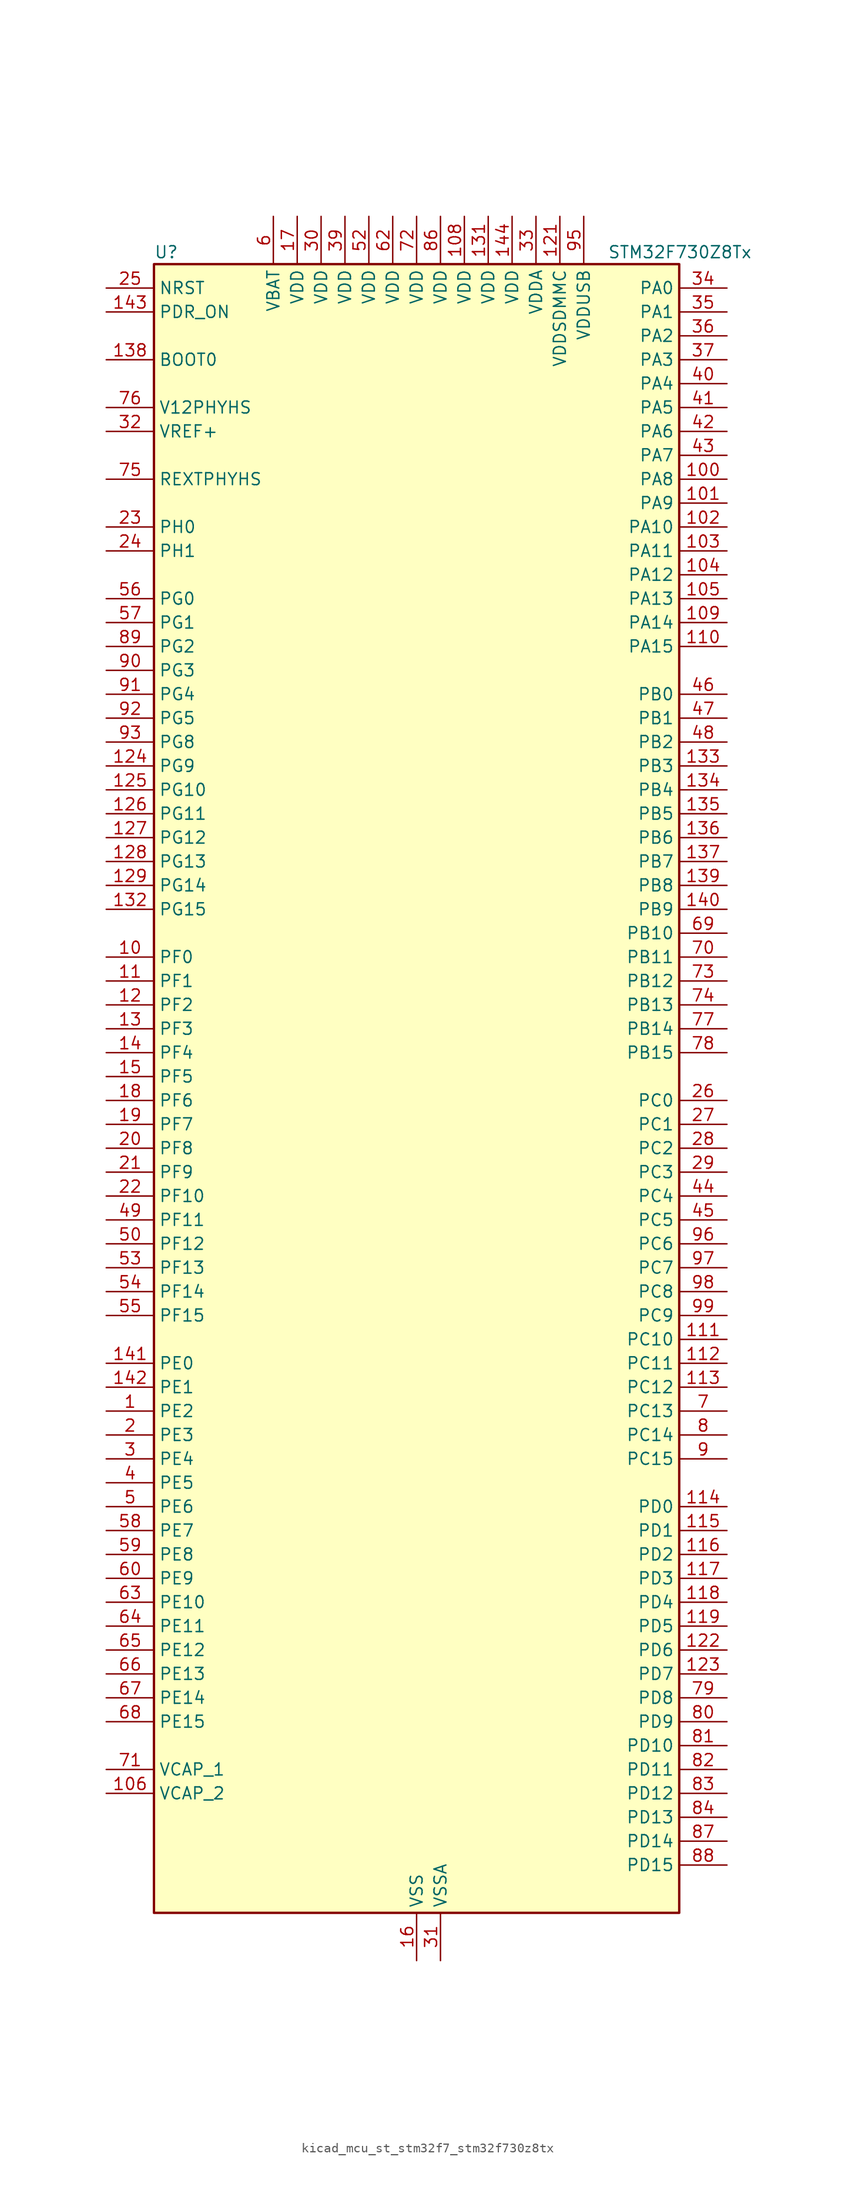
<source format=kicad_sym>
(kicad_symbol_lib
  (version 20220914)
  (generator kicad_symbol_editor)
  (symbol "kicad_mcu_st_stm32f7_stm32f730z8tx"
    (property "Reference" "U"
      (at -27.94 90.17 0)
      (effects (font (size 1.27 1.27)) (justify left)))
    (property "Value" "STM32F730Z8Tx"
      (at 20.32 90.17 0)
      (effects (font (size 1.27 1.27)) (justify left)))
    (property "ki_locked" ""
      (at 0 0 0)
      (effects (font (size 1.27 1.27))))
    (symbol "kicad_mcu_st_stm32f7_stm32f730z8tx_0_1"
      (rectangle (start -27.94 -86.36) (end 27.94 88.9) (stroke (width 0.254) (type default)) (fill (type background))))
    (symbol "kicad_mcu_st_stm32f7_stm32f730z8tx_1_1"
      (pin bidirectional line (at -33.02 -33.02 0) (length 5.08) (name "PE2" (effects (font (size 1.27 1.27)))) (number "1" (effects (font (size 1.27 1.27)))) (alternate "FMC_A23" bidirectional line) (alternate "QUADSPI_BK1_IO2" bidirectional line) (alternate "SAI1_MCLK_A" bidirectional line) (alternate "SPI4_SCK" bidirectional line) (alternate "SYS_TRACECLK" bidirectional line))
      (pin bidirectional line (at -33.02 15.24 0) (length 5.08) (name "PF0" (effects (font (size 1.27 1.27)))) (number "10" (effects (font (size 1.27 1.27)))) (alternate "FMC_A0" bidirectional line) (alternate "I2C2_SDA" bidirectional line))
      (pin bidirectional line (at 33.02 66.04 180) (length 5.08) (name "PA8" (effects (font (size 1.27 1.27)))) (number "100" (effects (font (size 1.27 1.27)))) (alternate "I2C3_SCL" bidirectional line) (alternate "RCC_MCO_1" bidirectional line) (alternate "TIM1_CH1" bidirectional line) (alternate "TIM8_BKIN2" bidirectional line) (alternate "USART1_CK" bidirectional line) (alternate "USB_OTG_FS_SOF" bidirectional line))
      (pin bidirectional line (at 33.02 63.5 180) (length 5.08) (name "PA9" (effects (font (size 1.27 1.27)))) (number "101" (effects (font (size 1.27 1.27)))) (alternate "DAC_EXTI9" bidirectional line) (alternate "I2C3_SMBA" bidirectional line) (alternate "I2S2_CK" bidirectional line) (alternate "SPI2_SCK" bidirectional line) (alternate "TIM1_CH2" bidirectional line) (alternate "USART1_TX" bidirectional line) (alternate "USB_OTG_FS_VBUS" bidirectional line))
      (pin bidirectional line (at 33.02 60.96 180) (length 5.08) (name "PA10" (effects (font (size 1.27 1.27)))) (number "102" (effects (font (size 1.27 1.27)))) (alternate "TIM1_CH3" bidirectional line) (alternate "USART1_RX" bidirectional line) (alternate "USB_OTG_FS_ID" bidirectional line))
      (pin bidirectional line (at 33.02 58.42 180) (length 5.08) (name "PA11" (effects (font (size 1.27 1.27)))) (number "103" (effects (font (size 1.27 1.27)))) (alternate "ADC1_EXTI11" bidirectional line) (alternate "ADC2_EXTI11" bidirectional line) (alternate "ADC3_EXTI11" bidirectional line) (alternate "CAN1_RX" bidirectional line) (alternate "TIM1_CH4" bidirectional line) (alternate "USART1_CTS" bidirectional line) (alternate "USB_OTG_FS_DM" bidirectional line))
      (pin bidirectional line (at 33.02 55.88 180) (length 5.08) (name "PA12" (effects (font (size 1.27 1.27)))) (number "104" (effects (font (size 1.27 1.27)))) (alternate "CAN1_TX" bidirectional line) (alternate "SAI2_FS_B" bidirectional line) (alternate "TIM1_ETR" bidirectional line) (alternate "USART1_DE" bidirectional line) (alternate "USART1_RTS" bidirectional line) (alternate "USB_OTG_FS_DP" bidirectional line))
      (pin bidirectional line (at 33.02 53.34 180) (length 5.08) (name "PA13" (effects (font (size 1.27 1.27)))) (number "105" (effects (font (size 1.27 1.27)))) (alternate "SYS_JTMS-SWDIO" bidirectional line))
      (pin power_out line (at -33.02 -73.66 0) (length 5.08) (name "VCAP_2" (effects (font (size 1.27 1.27)))) (number "106" (effects (font (size 1.27 1.27)))))
      (pin passive line (at 0 -91.44 90) (length 5.08) hide (name "VSS" (effects (font (size 1.27 1.27)))) (number "107" (effects (font (size 1.27 1.27)))))
      (pin power_in line (at 5.08 93.98 270) (length 5.08) (name "VDD" (effects (font (size 1.27 1.27)))) (number "108" (effects (font (size 1.27 1.27)))))
      (pin bidirectional line (at 33.02 50.8 180) (length 5.08) (name "PA14" (effects (font (size 1.27 1.27)))) (number "109" (effects (font (size 1.27 1.27)))) (alternate "SYS_JTCK-SWCLK" bidirectional line))
      (pin bidirectional line (at -33.02 12.7 0) (length 5.08) (name "PF1" (effects (font (size 1.27 1.27)))) (number "11" (effects (font (size 1.27 1.27)))) (alternate "FMC_A1" bidirectional line) (alternate "I2C2_SCL" bidirectional line))
      (pin bidirectional line (at 33.02 48.26 180) (length 5.08) (name "PA15" (effects (font (size 1.27 1.27)))) (number "110" (effects (font (size 1.27 1.27)))) (alternate "I2S1_WS" bidirectional line) (alternate "I2S3_WS" bidirectional line) (alternate "SPI1_NSS" bidirectional line) (alternate "SPI3_NSS" bidirectional line) (alternate "SYS_JTDI" bidirectional line) (alternate "TIM2_CH1" bidirectional line) (alternate "TIM2_ETR" bidirectional line) (alternate "UART4_DE" bidirectional line) (alternate "UART4_RTS" bidirectional line))
      (pin bidirectional line (at 33.02 -25.4 180) (length 5.08) (name "PC10" (effects (font (size 1.27 1.27)))) (number "111" (effects (font (size 1.27 1.27)))) (alternate "I2S3_CK" bidirectional line) (alternate "QUADSPI_BK1_IO1" bidirectional line) (alternate "SDMMC1_D2" bidirectional line) (alternate "SPI3_SCK" bidirectional line) (alternate "UART4_TX" bidirectional line) (alternate "USART3_TX" bidirectional line))
      (pin bidirectional line (at 33.02 -27.94 180) (length 5.08) (name "PC11" (effects (font (size 1.27 1.27)))) (number "112" (effects (font (size 1.27 1.27)))) (alternate "ADC1_EXTI11" bidirectional line) (alternate "ADC2_EXTI11" bidirectional line) (alternate "ADC3_EXTI11" bidirectional line) (alternate "QUADSPI_BK2_NCS" bidirectional line) (alternate "SDMMC1_D3" bidirectional line) (alternate "SPI3_MISO" bidirectional line) (alternate "UART4_RX" bidirectional line) (alternate "USART3_RX" bidirectional line))
      (pin bidirectional line (at 33.02 -30.48 180) (length 5.08) (name "PC12" (effects (font (size 1.27 1.27)))) (number "113" (effects (font (size 1.27 1.27)))) (alternate "I2S3_SD" bidirectional line) (alternate "SDMMC1_CK" bidirectional line) (alternate "SPI3_MOSI" bidirectional line) (alternate "SYS_TRACED3" bidirectional line) (alternate "UART5_TX" bidirectional line) (alternate "USART3_CK" bidirectional line))
      (pin bidirectional line (at 33.02 -43.18 180) (length 5.08) (name "PD0" (effects (font (size 1.27 1.27)))) (number "114" (effects (font (size 1.27 1.27)))) (alternate "CAN1_RX" bidirectional line) (alternate "FMC_D2" bidirectional line) (alternate "FMC_DA2" bidirectional line))
      (pin bidirectional line (at 33.02 -45.72 180) (length 5.08) (name "PD1" (effects (font (size 1.27 1.27)))) (number "115" (effects (font (size 1.27 1.27)))) (alternate "CAN1_TX" bidirectional line) (alternate "FMC_D3" bidirectional line) (alternate "FMC_DA3" bidirectional line))
      (pin bidirectional line (at 33.02 -48.26 180) (length 5.08) (name "PD2" (effects (font (size 1.27 1.27)))) (number "116" (effects (font (size 1.27 1.27)))) (alternate "SDMMC1_CMD" bidirectional line) (alternate "SYS_TRACED2" bidirectional line) (alternate "TIM3_ETR" bidirectional line) (alternate "UART5_RX" bidirectional line))
      (pin bidirectional line (at 33.02 -50.8 180) (length 5.08) (name "PD3" (effects (font (size 1.27 1.27)))) (number "117" (effects (font (size 1.27 1.27)))) (alternate "FMC_CLK" bidirectional line) (alternate "I2S2_CK" bidirectional line) (alternate "SPI2_SCK" bidirectional line) (alternate "USART2_CTS" bidirectional line))
      (pin bidirectional line (at 33.02 -53.34 180) (length 5.08) (name "PD4" (effects (font (size 1.27 1.27)))) (number "118" (effects (font (size 1.27 1.27)))) (alternate "FMC_NOE" bidirectional line) (alternate "USART2_DE" bidirectional line) (alternate "USART2_RTS" bidirectional line))
      (pin bidirectional line (at 33.02 -55.88 180) (length 5.08) (name "PD5" (effects (font (size 1.27 1.27)))) (number "119" (effects (font (size 1.27 1.27)))) (alternate "FMC_NWE" bidirectional line) (alternate "USART2_TX" bidirectional line))
      (pin bidirectional line (at -33.02 10.16 0) (length 5.08) (name "PF2" (effects (font (size 1.27 1.27)))) (number "12" (effects (font (size 1.27 1.27)))) (alternate "FMC_A2" bidirectional line) (alternate "I2C2_SMBA" bidirectional line))
      (pin passive line (at 0 -91.44 90) (length 5.08) hide (name "VSS" (effects (font (size 1.27 1.27)))) (number "120" (effects (font (size 1.27 1.27)))))
      (pin power_in line (at 15.24 93.98 270) (length 5.08) (name "VDDSDMMC" (effects (font (size 1.27 1.27)))) (number "121" (effects (font (size 1.27 1.27)))))
      (pin bidirectional line (at 33.02 -58.42 180) (length 5.08) (name "PD6" (effects (font (size 1.27 1.27)))) (number "122" (effects (font (size 1.27 1.27)))) (alternate "FMC_NWAIT" bidirectional line) (alternate "I2S3_SD" bidirectional line) (alternate "SAI1_SD_A" bidirectional line) (alternate "SDMMC2_CK" bidirectional line) (alternate "SPI3_MOSI" bidirectional line) (alternate "USART2_RX" bidirectional line))
      (pin bidirectional line (at 33.02 -60.96 180) (length 5.08) (name "PD7" (effects (font (size 1.27 1.27)))) (number "123" (effects (font (size 1.27 1.27)))) (alternate "FMC_NE1" bidirectional line) (alternate "SDMMC2_CMD" bidirectional line) (alternate "USART2_CK" bidirectional line))
      (pin bidirectional line (at -33.02 35.56 0) (length 5.08) (name "PG9" (effects (font (size 1.27 1.27)))) (number "124" (effects (font (size 1.27 1.27)))) (alternate "DAC_EXTI9" bidirectional line) (alternate "FMC_NCE" bidirectional line) (alternate "FMC_NE2" bidirectional line) (alternate "QUADSPI_BK2_IO2" bidirectional line) (alternate "SAI2_FS_B" bidirectional line) (alternate "SDMMC2_D0" bidirectional line) (alternate "USART6_RX" bidirectional line))
      (pin bidirectional line (at -33.02 33.02 0) (length 5.08) (name "PG10" (effects (font (size 1.27 1.27)))) (number "125" (effects (font (size 1.27 1.27)))) (alternate "FMC_NE3" bidirectional line) (alternate "SAI2_SD_B" bidirectional line) (alternate "SDMMC2_D1" bidirectional line))
      (pin bidirectional line (at -33.02 30.48 0) (length 5.08) (name "PG11" (effects (font (size 1.27 1.27)))) (number "126" (effects (font (size 1.27 1.27)))) (alternate "ADC1_EXTI11" bidirectional line) (alternate "ADC2_EXTI11" bidirectional line) (alternate "ADC3_EXTI11" bidirectional line) (alternate "FMC_INT" bidirectional line) (alternate "SDMMC2_D2" bidirectional line))
      (pin bidirectional line (at -33.02 27.94 0) (length 5.08) (name "PG12" (effects (font (size 1.27 1.27)))) (number "127" (effects (font (size 1.27 1.27)))) (alternate "FMC_NE4" bidirectional line) (alternate "LPTIM1_IN1" bidirectional line) (alternate "SDMMC2_D3" bidirectional line) (alternate "USART6_DE" bidirectional line) (alternate "USART6_RTS" bidirectional line))
      (pin bidirectional line (at -33.02 25.4 0) (length 5.08) (name "PG13" (effects (font (size 1.27 1.27)))) (number "128" (effects (font (size 1.27 1.27)))) (alternate "FMC_A24" bidirectional line) (alternate "LPTIM1_OUT" bidirectional line) (alternate "SYS_TRACED0" bidirectional line) (alternate "USART6_CTS" bidirectional line))
      (pin bidirectional line (at -33.02 22.86 0) (length 5.08) (name "PG14" (effects (font (size 1.27 1.27)))) (number "129" (effects (font (size 1.27 1.27)))) (alternate "FMC_A25" bidirectional line) (alternate "LPTIM1_ETR" bidirectional line) (alternate "QUADSPI_BK2_IO3" bidirectional line) (alternate "SYS_TRACED1" bidirectional line) (alternate "USART6_TX" bidirectional line))
      (pin bidirectional line (at -33.02 7.62 0) (length 5.08) (name "PF3" (effects (font (size 1.27 1.27)))) (number "13" (effects (font (size 1.27 1.27)))) (alternate "ADC3_IN9" bidirectional line) (alternate "FMC_A3" bidirectional line))
      (pin passive line (at 0 -91.44 90) (length 5.08) hide (name "VSS" (effects (font (size 1.27 1.27)))) (number "130" (effects (font (size 1.27 1.27)))))
      (pin power_in line (at 7.62 93.98 270) (length 5.08) (name "VDD" (effects (font (size 1.27 1.27)))) (number "131" (effects (font (size 1.27 1.27)))))
      (pin bidirectional line (at -33.02 20.32 0) (length 5.08) (name "PG15" (effects (font (size 1.27 1.27)))) (number "132" (effects (font (size 1.27 1.27)))) (alternate "FMC_SDNCAS" bidirectional line) (alternate "USART6_CTS" bidirectional line))
      (pin bidirectional line (at 33.02 35.56 180) (length 5.08) (name "PB3" (effects (font (size 1.27 1.27)))) (number "133" (effects (font (size 1.27 1.27)))) (alternate "I2S1_CK" bidirectional line) (alternate "I2S3_CK" bidirectional line) (alternate "SDMMC2_D2" bidirectional line) (alternate "SPI1_SCK" bidirectional line) (alternate "SPI3_SCK" bidirectional line) (alternate "SYS_JTDO-SWO" bidirectional line) (alternate "TIM2_CH2" bidirectional line))
      (pin bidirectional line (at 33.02 33.02 180) (length 5.08) (name "PB4" (effects (font (size 1.27 1.27)))) (number "134" (effects (font (size 1.27 1.27)))) (alternate "I2S2_WS" bidirectional line) (alternate "SDMMC2_D3" bidirectional line) (alternate "SPI1_MISO" bidirectional line) (alternate "SPI2_NSS" bidirectional line) (alternate "SPI3_MISO" bidirectional line) (alternate "SYS_JTRST" bidirectional line) (alternate "TIM3_CH1" bidirectional line))
      (pin bidirectional line (at 33.02 30.48 180) (length 5.08) (name "PB5" (effects (font (size 1.27 1.27)))) (number "135" (effects (font (size 1.27 1.27)))) (alternate "FMC_SDCKE1" bidirectional line) (alternate "I2C1_SMBA" bidirectional line) (alternate "I2S1_SD" bidirectional line) (alternate "I2S3_SD" bidirectional line) (alternate "SPI1_MOSI" bidirectional line) (alternate "SPI3_MOSI" bidirectional line) (alternate "TIM3_CH2" bidirectional line))
      (pin bidirectional line (at 33.02 27.94 180) (length 5.08) (name "PB6" (effects (font (size 1.27 1.27)))) (number "136" (effects (font (size 1.27 1.27)))) (alternate "FMC_SDNE1" bidirectional line) (alternate "I2C1_SCL" bidirectional line) (alternate "QUADSPI_BK1_NCS" bidirectional line) (alternate "TIM4_CH1" bidirectional line) (alternate "USART1_TX" bidirectional line))
      (pin bidirectional line (at 33.02 25.4 180) (length 5.08) (name "PB7" (effects (font (size 1.27 1.27)))) (number "137" (effects (font (size 1.27 1.27)))) (alternate "FMC_NL" bidirectional line) (alternate "I2C1_SDA" bidirectional line) (alternate "TIM4_CH2" bidirectional line) (alternate "USART1_RX" bidirectional line))
      (pin input line (at -33.02 78.74 0) (length 5.08) (name "BOOT0" (effects (font (size 1.27 1.27)))) (number "138" (effects (font (size 1.27 1.27)))))
      (pin bidirectional line (at 33.02 22.86 180) (length 5.08) (name "PB8" (effects (font (size 1.27 1.27)))) (number "139" (effects (font (size 1.27 1.27)))) (alternate "CAN1_RX" bidirectional line) (alternate "I2C1_SCL" bidirectional line) (alternate "SDMMC1_D4" bidirectional line) (alternate "SDMMC2_D4" bidirectional line) (alternate "TIM10_CH1" bidirectional line) (alternate "TIM4_CH3" bidirectional line))
      (pin bidirectional line (at -33.02 5.08 0) (length 5.08) (name "PF4" (effects (font (size 1.27 1.27)))) (number "14" (effects (font (size 1.27 1.27)))) (alternate "ADC3_IN14" bidirectional line) (alternate "FMC_A4" bidirectional line))
      (pin bidirectional line (at 33.02 20.32 180) (length 5.08) (name "PB9" (effects (font (size 1.27 1.27)))) (number "140" (effects (font (size 1.27 1.27)))) (alternate "CAN1_TX" bidirectional line) (alternate "DAC_EXTI9" bidirectional line) (alternate "I2C1_SDA" bidirectional line) (alternate "I2S2_WS" bidirectional line) (alternate "SDMMC1_D5" bidirectional line) (alternate "SDMMC2_D5" bidirectional line) (alternate "SPI2_NSS" bidirectional line) (alternate "TIM11_CH1" bidirectional line) (alternate "TIM4_CH4" bidirectional line))
      (pin bidirectional line (at -33.02 -27.94 0) (length 5.08) (name "PE0" (effects (font (size 1.27 1.27)))) (number "141" (effects (font (size 1.27 1.27)))) (alternate "FMC_NBL0" bidirectional line) (alternate "LPTIM1_ETR" bidirectional line) (alternate "SAI2_MCLK_A" bidirectional line) (alternate "TIM4_ETR" bidirectional line) (alternate "UART8_RX" bidirectional line))
      (pin bidirectional line (at -33.02 -30.48 0) (length 5.08) (name "PE1" (effects (font (size 1.27 1.27)))) (number "142" (effects (font (size 1.27 1.27)))) (alternate "FMC_NBL1" bidirectional line) (alternate "LPTIM1_IN2" bidirectional line) (alternate "UART8_TX" bidirectional line))
      (pin input line (at -33.02 83.82 0) (length 5.08) (name "PDR_ON" (effects (font (size 1.27 1.27)))) (number "143" (effects (font (size 1.27 1.27)))))
      (pin power_in line (at 10.16 93.98 270) (length 5.08) (name "VDD" (effects (font (size 1.27 1.27)))) (number "144" (effects (font (size 1.27 1.27)))))
      (pin bidirectional line (at -33.02 2.54 0) (length 5.08) (name "PF5" (effects (font (size 1.27 1.27)))) (number "15" (effects (font (size 1.27 1.27)))) (alternate "ADC3_IN15" bidirectional line) (alternate "FMC_A5" bidirectional line))
      (pin power_in line (at 0 -91.44 90) (length 5.08) (name "VSS" (effects (font (size 1.27 1.27)))) (number "16" (effects (font (size 1.27 1.27)))))
      (pin power_in line (at -12.7 93.98 270) (length 5.08) (name "VDD" (effects (font (size 1.27 1.27)))) (number "17" (effects (font (size 1.27 1.27)))))
      (pin bidirectional line (at -33.02 0 0) (length 5.08) (name "PF6" (effects (font (size 1.27 1.27)))) (number "18" (effects (font (size 1.27 1.27)))) (alternate "ADC3_IN4" bidirectional line) (alternate "QUADSPI_BK1_IO3" bidirectional line) (alternate "SAI1_SD_B" bidirectional line) (alternate "SPI5_NSS" bidirectional line) (alternate "TIM10_CH1" bidirectional line) (alternate "UART7_RX" bidirectional line))
      (pin bidirectional line (at -33.02 -2.54 0) (length 5.08) (name "PF7" (effects (font (size 1.27 1.27)))) (number "19" (effects (font (size 1.27 1.27)))) (alternate "ADC3_IN5" bidirectional line) (alternate "QUADSPI_BK1_IO2" bidirectional line) (alternate "SAI1_MCLK_B" bidirectional line) (alternate "SPI5_SCK" bidirectional line) (alternate "TIM11_CH1" bidirectional line) (alternate "UART7_TX" bidirectional line))
      (pin bidirectional line (at -33.02 -35.56 0) (length 5.08) (name "PE3" (effects (font (size 1.27 1.27)))) (number "2" (effects (font (size 1.27 1.27)))) (alternate "FMC_A19" bidirectional line) (alternate "SAI1_SD_B" bidirectional line) (alternate "SYS_TRACED0" bidirectional line))
      (pin bidirectional line (at -33.02 -5.08 0) (length 5.08) (name "PF8" (effects (font (size 1.27 1.27)))) (number "20" (effects (font (size 1.27 1.27)))) (alternate "ADC3_IN6" bidirectional line) (alternate "QUADSPI_BK1_IO0" bidirectional line) (alternate "SAI1_SCK_B" bidirectional line) (alternate "SPI5_MISO" bidirectional line) (alternate "TIM13_CH1" bidirectional line) (alternate "UART7_DE" bidirectional line) (alternate "UART7_RTS" bidirectional line))
      (pin bidirectional line (at -33.02 -7.62 0) (length 5.08) (name "PF9" (effects (font (size 1.27 1.27)))) (number "21" (effects (font (size 1.27 1.27)))) (alternate "ADC3_IN7" bidirectional line) (alternate "DAC_EXTI9" bidirectional line) (alternate "QUADSPI_BK1_IO1" bidirectional line) (alternate "SAI1_FS_B" bidirectional line) (alternate "SPI5_MOSI" bidirectional line) (alternate "TIM14_CH1" bidirectional line) (alternate "UART7_CTS" bidirectional line))
      (pin bidirectional line (at -33.02 -10.16 0) (length 5.08) (name "PF10" (effects (font (size 1.27 1.27)))) (number "22" (effects (font (size 1.27 1.27)))) (alternate "ADC3_IN8" bidirectional line))
      (pin bidirectional line (at -33.02 60.96 0) (length 5.08) (name "PH0" (effects (font (size 1.27 1.27)))) (number "23" (effects (font (size 1.27 1.27)))) (alternate "RCC_OSC_IN" bidirectional line))
      (pin bidirectional line (at -33.02 58.42 0) (length 5.08) (name "PH1" (effects (font (size 1.27 1.27)))) (number "24" (effects (font (size 1.27 1.27)))) (alternate "RCC_OSC_OUT" bidirectional line))
      (pin input line (at -33.02 86.36 0) (length 5.08) (name "NRST" (effects (font (size 1.27 1.27)))) (number "25" (effects (font (size 1.27 1.27)))))
      (pin bidirectional line (at 33.02 0 180) (length 5.08) (name "PC0" (effects (font (size 1.27 1.27)))) (number "26" (effects (font (size 1.27 1.27)))) (alternate "ADC1_IN10" bidirectional line) (alternate "ADC2_IN10" bidirectional line) (alternate "ADC3_IN10" bidirectional line) (alternate "FMC_SDNWE" bidirectional line) (alternate "SAI2_FS_B" bidirectional line))
      (pin bidirectional line (at 33.02 -2.54 180) (length 5.08) (name "PC1" (effects (font (size 1.27 1.27)))) (number "27" (effects (font (size 1.27 1.27)))) (alternate "ADC1_IN11" bidirectional line) (alternate "ADC2_IN11" bidirectional line) (alternate "ADC3_IN11" bidirectional line) (alternate "I2S2_SD" bidirectional line) (alternate "RTC_TAMP3" bidirectional line) (alternate "RTC_TS" bidirectional line) (alternate "SAI1_SD_A" bidirectional line) (alternate "SPI2_MOSI" bidirectional line) (alternate "SYS_TRACED0" bidirectional line) (alternate "SYS_WKUP3" bidirectional line))
      (pin bidirectional line (at 33.02 -5.08 180) (length 5.08) (name "PC2" (effects (font (size 1.27 1.27)))) (number "28" (effects (font (size 1.27 1.27)))) (alternate "ADC1_IN12" bidirectional line) (alternate "ADC2_IN12" bidirectional line) (alternate "ADC3_IN12" bidirectional line) (alternate "FMC_SDNE0" bidirectional line) (alternate "SPI2_MISO" bidirectional line))
      (pin bidirectional line (at 33.02 -7.62 180) (length 5.08) (name "PC3" (effects (font (size 1.27 1.27)))) (number "29" (effects (font (size 1.27 1.27)))) (alternate "ADC1_IN13" bidirectional line) (alternate "ADC2_IN13" bidirectional line) (alternate "ADC3_IN13" bidirectional line) (alternate "FMC_SDCKE0" bidirectional line) (alternate "I2S2_SD" bidirectional line) (alternate "SPI2_MOSI" bidirectional line))
      (pin bidirectional line (at -33.02 -38.1 0) (length 5.08) (name "PE4" (effects (font (size 1.27 1.27)))) (number "3" (effects (font (size 1.27 1.27)))) (alternate "FMC_A20" bidirectional line) (alternate "SAI1_FS_A" bidirectional line) (alternate "SPI4_NSS" bidirectional line) (alternate "SYS_TRACED1" bidirectional line))
      (pin power_in line (at -10.16 93.98 270) (length 5.08) (name "VDD" (effects (font (size 1.27 1.27)))) (number "30" (effects (font (size 1.27 1.27)))))
      (pin power_in line (at 2.54 -91.44 90) (length 5.08) (name "VSSA" (effects (font (size 1.27 1.27)))) (number "31" (effects (font (size 1.27 1.27)))))
      (pin input line (at -33.02 71.12 0) (length 5.08) (name "VREF+" (effects (font (size 1.27 1.27)))) (number "32" (effects (font (size 1.27 1.27)))))
      (pin power_in line (at 12.7 93.98 270) (length 5.08) (name "VDDA" (effects (font (size 1.27 1.27)))) (number "33" (effects (font (size 1.27 1.27)))))
      (pin bidirectional line (at 33.02 86.36 180) (length 5.08) (name "PA0" (effects (font (size 1.27 1.27)))) (number "34" (effects (font (size 1.27 1.27)))) (alternate "ADC1_IN0" bidirectional line) (alternate "ADC2_IN0" bidirectional line) (alternate "ADC3_IN0" bidirectional line) (alternate "SAI2_SD_B" bidirectional line) (alternate "SYS_WKUP1" bidirectional line) (alternate "TIM2_CH1" bidirectional line) (alternate "TIM2_ETR" bidirectional line) (alternate "TIM5_CH1" bidirectional line) (alternate "TIM8_ETR" bidirectional line) (alternate "UART4_TX" bidirectional line) (alternate "USART2_CTS" bidirectional line))
      (pin bidirectional line (at 33.02 83.82 180) (length 5.08) (name "PA1" (effects (font (size 1.27 1.27)))) (number "35" (effects (font (size 1.27 1.27)))) (alternate "ADC1_IN1" bidirectional line) (alternate "ADC2_IN1" bidirectional line) (alternate "ADC3_IN1" bidirectional line) (alternate "QUADSPI_BK1_IO3" bidirectional line) (alternate "SAI2_MCLK_B" bidirectional line) (alternate "TIM2_CH2" bidirectional line) (alternate "TIM5_CH2" bidirectional line) (alternate "UART4_RX" bidirectional line) (alternate "USART2_DE" bidirectional line) (alternate "USART2_RTS" bidirectional line))
      (pin bidirectional line (at 33.02 81.28 180) (length 5.08) (name "PA2" (effects (font (size 1.27 1.27)))) (number "36" (effects (font (size 1.27 1.27)))) (alternate "ADC1_IN2" bidirectional line) (alternate "ADC2_IN2" bidirectional line) (alternate "ADC3_IN2" bidirectional line) (alternate "SAI2_SCK_B" bidirectional line) (alternate "SYS_WKUP2" bidirectional line) (alternate "TIM2_CH3" bidirectional line) (alternate "TIM5_CH3" bidirectional line) (alternate "TIM9_CH1" bidirectional line) (alternate "USART2_TX" bidirectional line))
      (pin bidirectional line (at 33.02 78.74 180) (length 5.08) (name "PA3" (effects (font (size 1.27 1.27)))) (number "37" (effects (font (size 1.27 1.27)))) (alternate "ADC1_IN3" bidirectional line) (alternate "ADC2_IN3" bidirectional line) (alternate "ADC3_IN3" bidirectional line) (alternate "TIM2_CH4" bidirectional line) (alternate "TIM5_CH4" bidirectional line) (alternate "TIM9_CH2" bidirectional line) (alternate "USART2_RX" bidirectional line))
      (pin passive line (at 0 -91.44 90) (length 5.08) hide (name "VSS" (effects (font (size 1.27 1.27)))) (number "38" (effects (font (size 1.27 1.27)))))
      (pin power_in line (at -7.62 93.98 270) (length 5.08) (name "VDD" (effects (font (size 1.27 1.27)))) (number "39" (effects (font (size 1.27 1.27)))))
      (pin bidirectional line (at -33.02 -40.64 0) (length 5.08) (name "PE5" (effects (font (size 1.27 1.27)))) (number "4" (effects (font (size 1.27 1.27)))) (alternate "FMC_A21" bidirectional line) (alternate "SAI1_SCK_A" bidirectional line) (alternate "SPI4_MISO" bidirectional line) (alternate "SYS_TRACED2" bidirectional line) (alternate "TIM9_CH1" bidirectional line))
      (pin bidirectional line (at 33.02 76.2 180) (length 5.08) (name "PA4" (effects (font (size 1.27 1.27)))) (number "40" (effects (font (size 1.27 1.27)))) (alternate "ADC1_IN4" bidirectional line) (alternate "ADC2_IN4" bidirectional line) (alternate "DAC_OUT1" bidirectional line) (alternate "I2S1_WS" bidirectional line) (alternate "I2S3_WS" bidirectional line) (alternate "SPI1_NSS" bidirectional line) (alternate "SPI3_NSS" bidirectional line) (alternate "USART2_CK" bidirectional line) (alternate "USB_OTG_HS_SOF" bidirectional line))
      (pin bidirectional line (at 33.02 73.66 180) (length 5.08) (name "PA5" (effects (font (size 1.27 1.27)))) (number "41" (effects (font (size 1.27 1.27)))) (alternate "ADC1_IN5" bidirectional line) (alternate "ADC2_IN5" bidirectional line) (alternate "DAC_OUT2" bidirectional line) (alternate "I2S1_CK" bidirectional line) (alternate "SPI1_SCK" bidirectional line) (alternate "TIM2_CH1" bidirectional line) (alternate "TIM2_ETR" bidirectional line) (alternate "TIM8_CH1N" bidirectional line))
      (pin bidirectional line (at 33.02 71.12 180) (length 5.08) (name "PA6" (effects (font (size 1.27 1.27)))) (number "42" (effects (font (size 1.27 1.27)))) (alternate "ADC1_IN6" bidirectional line) (alternate "ADC2_IN6" bidirectional line) (alternate "SPI1_MISO" bidirectional line) (alternate "TIM13_CH1" bidirectional line) (alternate "TIM1_BKIN" bidirectional line) (alternate "TIM3_CH1" bidirectional line) (alternate "TIM8_BKIN" bidirectional line))
      (pin bidirectional line (at 33.02 68.58 180) (length 5.08) (name "PA7" (effects (font (size 1.27 1.27)))) (number "43" (effects (font (size 1.27 1.27)))) (alternate "ADC1_IN7" bidirectional line) (alternate "ADC2_IN7" bidirectional line) (alternate "FMC_SDNWE" bidirectional line) (alternate "I2S1_SD" bidirectional line) (alternate "SPI1_MOSI" bidirectional line) (alternate "TIM14_CH1" bidirectional line) (alternate "TIM1_CH1N" bidirectional line) (alternate "TIM3_CH2" bidirectional line) (alternate "TIM8_CH1N" bidirectional line))
      (pin bidirectional line (at 33.02 -10.16 180) (length 5.08) (name "PC4" (effects (font (size 1.27 1.27)))) (number "44" (effects (font (size 1.27 1.27)))) (alternate "ADC1_IN14" bidirectional line) (alternate "ADC2_IN14" bidirectional line) (alternate "FMC_SDNE0" bidirectional line) (alternate "I2S1_MCK" bidirectional line))
      (pin bidirectional line (at 33.02 -12.7 180) (length 5.08) (name "PC5" (effects (font (size 1.27 1.27)))) (number "45" (effects (font (size 1.27 1.27)))) (alternate "ADC1_IN15" bidirectional line) (alternate "ADC2_IN15" bidirectional line) (alternate "FMC_SDCKE0" bidirectional line))
      (pin bidirectional line (at 33.02 43.18 180) (length 5.08) (name "PB0" (effects (font (size 1.27 1.27)))) (number "46" (effects (font (size 1.27 1.27)))) (alternate "ADC1_IN8" bidirectional line) (alternate "ADC2_IN8" bidirectional line) (alternate "TIM1_CH2N" bidirectional line) (alternate "TIM3_CH3" bidirectional line) (alternate "TIM8_CH2N" bidirectional line) (alternate "UART4_CTS" bidirectional line))
      (pin bidirectional line (at 33.02 40.64 180) (length 5.08) (name "PB1" (effects (font (size 1.27 1.27)))) (number "47" (effects (font (size 1.27 1.27)))) (alternate "ADC1_IN9" bidirectional line) (alternate "ADC2_IN9" bidirectional line) (alternate "TIM1_CH3N" bidirectional line) (alternate "TIM3_CH4" bidirectional line) (alternate "TIM8_CH3N" bidirectional line))
      (pin bidirectional line (at 33.02 38.1 180) (length 5.08) (name "PB2" (effects (font (size 1.27 1.27)))) (number "48" (effects (font (size 1.27 1.27)))) (alternate "I2S3_SD" bidirectional line) (alternate "QUADSPI_CLK" bidirectional line) (alternate "SAI1_SD_A" bidirectional line) (alternate "SPI3_MOSI" bidirectional line))
      (pin bidirectional line (at -33.02 -12.7 0) (length 5.08) (name "PF11" (effects (font (size 1.27 1.27)))) (number "49" (effects (font (size 1.27 1.27)))) (alternate "ADC1_EXTI11" bidirectional line) (alternate "ADC2_EXTI11" bidirectional line) (alternate "ADC3_EXTI11" bidirectional line) (alternate "FMC_SDNRAS" bidirectional line) (alternate "SAI2_SD_B" bidirectional line) (alternate "SPI5_MOSI" bidirectional line))
      (pin bidirectional line (at -33.02 -43.18 0) (length 5.08) (name "PE6" (effects (font (size 1.27 1.27)))) (number "5" (effects (font (size 1.27 1.27)))) (alternate "FMC_A22" bidirectional line) (alternate "SAI1_SD_A" bidirectional line) (alternate "SAI2_MCLK_B" bidirectional line) (alternate "SPI4_MOSI" bidirectional line) (alternate "SYS_TRACED3" bidirectional line) (alternate "TIM1_BKIN2" bidirectional line) (alternate "TIM9_CH2" bidirectional line))
      (pin bidirectional line (at -33.02 -15.24 0) (length 5.08) (name "PF12" (effects (font (size 1.27 1.27)))) (number "50" (effects (font (size 1.27 1.27)))) (alternate "FMC_A6" bidirectional line))
      (pin passive line (at 0 -91.44 90) (length 5.08) hide (name "VSS" (effects (font (size 1.27 1.27)))) (number "51" (effects (font (size 1.27 1.27)))))
      (pin power_in line (at -5.08 93.98 270) (length 5.08) (name "VDD" (effects (font (size 1.27 1.27)))) (number "52" (effects (font (size 1.27 1.27)))))
      (pin bidirectional line (at -33.02 -17.78 0) (length 5.08) (name "PF13" (effects (font (size 1.27 1.27)))) (number "53" (effects (font (size 1.27 1.27)))) (alternate "FMC_A7" bidirectional line))
      (pin bidirectional line (at -33.02 -20.32 0) (length 5.08) (name "PF14" (effects (font (size 1.27 1.27)))) (number "54" (effects (font (size 1.27 1.27)))) (alternate "FMC_A8" bidirectional line))
      (pin bidirectional line (at -33.02 -22.86 0) (length 5.08) (name "PF15" (effects (font (size 1.27 1.27)))) (number "55" (effects (font (size 1.27 1.27)))) (alternate "FMC_A9" bidirectional line))
      (pin bidirectional line (at -33.02 53.34 0) (length 5.08) (name "PG0" (effects (font (size 1.27 1.27)))) (number "56" (effects (font (size 1.27 1.27)))) (alternate "FMC_A10" bidirectional line))
      (pin bidirectional line (at -33.02 50.8 0) (length 5.08) (name "PG1" (effects (font (size 1.27 1.27)))) (number "57" (effects (font (size 1.27 1.27)))) (alternate "FMC_A11" bidirectional line))
      (pin bidirectional line (at -33.02 -45.72 0) (length 5.08) (name "PE7" (effects (font (size 1.27 1.27)))) (number "58" (effects (font (size 1.27 1.27)))) (alternate "FMC_D4" bidirectional line) (alternate "FMC_DA4" bidirectional line) (alternate "QUADSPI_BK2_IO0" bidirectional line) (alternate "TIM1_ETR" bidirectional line) (alternate "UART7_RX" bidirectional line))
      (pin bidirectional line (at -33.02 -48.26 0) (length 5.08) (name "PE8" (effects (font (size 1.27 1.27)))) (number "59" (effects (font (size 1.27 1.27)))) (alternate "FMC_D5" bidirectional line) (alternate "FMC_DA5" bidirectional line) (alternate "QUADSPI_BK2_IO1" bidirectional line) (alternate "TIM1_CH1N" bidirectional line) (alternate "UART7_TX" bidirectional line))
      (pin power_in line (at -15.24 93.98 270) (length 5.08) (name "VBAT" (effects (font (size 1.27 1.27)))) (number "6" (effects (font (size 1.27 1.27)))))
      (pin bidirectional line (at -33.02 -50.8 0) (length 5.08) (name "PE9" (effects (font (size 1.27 1.27)))) (number "60" (effects (font (size 1.27 1.27)))) (alternate "DAC_EXTI9" bidirectional line) (alternate "FMC_D6" bidirectional line) (alternate "FMC_DA6" bidirectional line) (alternate "QUADSPI_BK2_IO2" bidirectional line) (alternate "TIM1_CH1" bidirectional line) (alternate "UART7_DE" bidirectional line) (alternate "UART7_RTS" bidirectional line))
      (pin passive line (at 0 -91.44 90) (length 5.08) hide (name "VSS" (effects (font (size 1.27 1.27)))) (number "61" (effects (font (size 1.27 1.27)))))
      (pin power_in line (at -2.54 93.98 270) (length 5.08) (name "VDD" (effects (font (size 1.27 1.27)))) (number "62" (effects (font (size 1.27 1.27)))))
      (pin bidirectional line (at -33.02 -53.34 0) (length 5.08) (name "PE10" (effects (font (size 1.27 1.27)))) (number "63" (effects (font (size 1.27 1.27)))) (alternate "FMC_D7" bidirectional line) (alternate "FMC_DA7" bidirectional line) (alternate "QUADSPI_BK2_IO3" bidirectional line) (alternate "TIM1_CH2N" bidirectional line) (alternate "UART7_CTS" bidirectional line))
      (pin bidirectional line (at -33.02 -55.88 0) (length 5.08) (name "PE11" (effects (font (size 1.27 1.27)))) (number "64" (effects (font (size 1.27 1.27)))) (alternate "ADC1_EXTI11" bidirectional line) (alternate "ADC2_EXTI11" bidirectional line) (alternate "ADC3_EXTI11" bidirectional line) (alternate "FMC_D8" bidirectional line) (alternate "FMC_DA8" bidirectional line) (alternate "SAI2_SD_B" bidirectional line) (alternate "SPI4_NSS" bidirectional line) (alternate "TIM1_CH2" bidirectional line))
      (pin bidirectional line (at -33.02 -58.42 0) (length 5.08) (name "PE12" (effects (font (size 1.27 1.27)))) (number "65" (effects (font (size 1.27 1.27)))) (alternate "FMC_D9" bidirectional line) (alternate "FMC_DA9" bidirectional line) (alternate "SAI2_SCK_B" bidirectional line) (alternate "SPI4_SCK" bidirectional line) (alternate "TIM1_CH3N" bidirectional line))
      (pin bidirectional line (at -33.02 -60.96 0) (length 5.08) (name "PE13" (effects (font (size 1.27 1.27)))) (number "66" (effects (font (size 1.27 1.27)))) (alternate "FMC_D10" bidirectional line) (alternate "FMC_DA10" bidirectional line) (alternate "SAI2_FS_B" bidirectional line) (alternate "SPI4_MISO" bidirectional line) (alternate "TIM1_CH3" bidirectional line))
      (pin bidirectional line (at -33.02 -63.5 0) (length 5.08) (name "PE14" (effects (font (size 1.27 1.27)))) (number "67" (effects (font (size 1.27 1.27)))) (alternate "FMC_D11" bidirectional line) (alternate "FMC_DA11" bidirectional line) (alternate "SAI2_MCLK_B" bidirectional line) (alternate "SPI4_MOSI" bidirectional line) (alternate "TIM1_CH4" bidirectional line))
      (pin bidirectional line (at -33.02 -66.04 0) (length 5.08) (name "PE15" (effects (font (size 1.27 1.27)))) (number "68" (effects (font (size 1.27 1.27)))) (alternate "FMC_D12" bidirectional line) (alternate "FMC_DA12" bidirectional line) (alternate "TIM1_BKIN" bidirectional line))
      (pin bidirectional line (at 33.02 17.78 180) (length 5.08) (name "PB10" (effects (font (size 1.27 1.27)))) (number "69" (effects (font (size 1.27 1.27)))) (alternate "I2C2_SCL" bidirectional line) (alternate "I2S2_CK" bidirectional line) (alternate "SPI2_SCK" bidirectional line) (alternate "TIM2_CH3" bidirectional line) (alternate "USART3_TX" bidirectional line))
      (pin bidirectional line (at 33.02 -33.02 180) (length 5.08) (name "PC13" (effects (font (size 1.27 1.27)))) (number "7" (effects (font (size 1.27 1.27)))) (alternate "RTC_OUT" bidirectional line) (alternate "RTC_TAMP1" bidirectional line) (alternate "RTC_TS" bidirectional line) (alternate "SYS_WKUP4" bidirectional line))
      (pin bidirectional line (at 33.02 15.24 180) (length 5.08) (name "PB11" (effects (font (size 1.27 1.27)))) (number "70" (effects (font (size 1.27 1.27)))) (alternate "ADC1_EXTI11" bidirectional line) (alternate "ADC2_EXTI11" bidirectional line) (alternate "ADC3_EXTI11" bidirectional line) (alternate "I2C2_SDA" bidirectional line) (alternate "TIM2_CH4" bidirectional line) (alternate "USART3_RX" bidirectional line))
      (pin power_out line (at -33.02 -71.12 0) (length 5.08) (name "VCAP_1" (effects (font (size 1.27 1.27)))) (number "71" (effects (font (size 1.27 1.27)))))
      (pin power_in line (at 0 93.98 270) (length 5.08) (name "VDD" (effects (font (size 1.27 1.27)))) (number "72" (effects (font (size 1.27 1.27)))))
      (pin bidirectional line (at 33.02 12.7 180) (length 5.08) (name "PB12" (effects (font (size 1.27 1.27)))) (number "73" (effects (font (size 1.27 1.27)))) (alternate "I2C2_SMBA" bidirectional line) (alternate "I2S2_WS" bidirectional line) (alternate "SPI2_NSS" bidirectional line) (alternate "TIM1_BKIN" bidirectional line) (alternate "USART3_CK" bidirectional line) (alternate "USB_OTG_HS_ID" bidirectional line))
      (pin bidirectional line (at 33.02 10.16 180) (length 5.08) (name "PB13" (effects (font (size 1.27 1.27)))) (number "74" (effects (font (size 1.27 1.27)))) (alternate "I2S2_CK" bidirectional line) (alternate "SPI2_SCK" bidirectional line) (alternate "TIM1_CH1N" bidirectional line) (alternate "USART3_CTS" bidirectional line) (alternate "USB_OTG_HS_VBUS" bidirectional line))
      (pin bidirectional line (at -33.02 66.04 0) (length 5.08) (name "REXTPHYHS" (effects (font (size 1.27 1.27)))) (number "75" (effects (font (size 1.27 1.27)))) (alternate "USB_OTG_HS_REXTPHYHS" bidirectional line))
      (pin power_in line (at -33.02 73.66 0) (length 5.08) (name "V12PHYHS" (effects (font (size 1.27 1.27)))) (number "76" (effects (font (size 1.27 1.27)))))
      (pin bidirectional line (at 33.02 7.62 180) (length 5.08) (name "PB14" (effects (font (size 1.27 1.27)))) (number "77" (effects (font (size 1.27 1.27)))) (alternate "USB_OTG_HS_DM" bidirectional line))
      (pin bidirectional line (at 33.02 5.08 180) (length 5.08) (name "PB15" (effects (font (size 1.27 1.27)))) (number "78" (effects (font (size 1.27 1.27)))) (alternate "USB_OTG_HS_DP" bidirectional line))
      (pin bidirectional line (at 33.02 -63.5 180) (length 5.08) (name "PD8" (effects (font (size 1.27 1.27)))) (number "79" (effects (font (size 1.27 1.27)))) (alternate "FMC_D13" bidirectional line) (alternate "FMC_DA13" bidirectional line) (alternate "USART3_TX" bidirectional line))
      (pin bidirectional line (at 33.02 -35.56 180) (length 5.08) (name "PC14" (effects (font (size 1.27 1.27)))) (number "8" (effects (font (size 1.27 1.27)))) (alternate "RCC_OSC32_IN" bidirectional line))
      (pin bidirectional line (at 33.02 -66.04 180) (length 5.08) (name "PD9" (effects (font (size 1.27 1.27)))) (number "80" (effects (font (size 1.27 1.27)))) (alternate "DAC_EXTI9" bidirectional line) (alternate "FMC_D14" bidirectional line) (alternate "FMC_DA14" bidirectional line) (alternate "USART3_RX" bidirectional line))
      (pin bidirectional line (at 33.02 -68.58 180) (length 5.08) (name "PD10" (effects (font (size 1.27 1.27)))) (number "81" (effects (font (size 1.27 1.27)))) (alternate "FMC_D15" bidirectional line) (alternate "FMC_DA15" bidirectional line) (alternate "USART3_CK" bidirectional line))
      (pin bidirectional line (at 33.02 -71.12 180) (length 5.08) (name "PD11" (effects (font (size 1.27 1.27)))) (number "82" (effects (font (size 1.27 1.27)))) (alternate "ADC1_EXTI11" bidirectional line) (alternate "ADC2_EXTI11" bidirectional line) (alternate "ADC3_EXTI11" bidirectional line) (alternate "FMC_A16" bidirectional line) (alternate "FMC_CLE" bidirectional line) (alternate "QUADSPI_BK1_IO0" bidirectional line) (alternate "SAI2_SD_A" bidirectional line) (alternate "USART3_CTS" bidirectional line))
      (pin bidirectional line (at 33.02 -73.66 180) (length 5.08) (name "PD12" (effects (font (size 1.27 1.27)))) (number "83" (effects (font (size 1.27 1.27)))) (alternate "FMC_A17" bidirectional line) (alternate "FMC_ALE" bidirectional line) (alternate "LPTIM1_IN1" bidirectional line) (alternate "QUADSPI_BK1_IO1" bidirectional line) (alternate "SAI2_FS_A" bidirectional line) (alternate "TIM4_CH1" bidirectional line) (alternate "USART3_DE" bidirectional line) (alternate "USART3_RTS" bidirectional line))
      (pin bidirectional line (at 33.02 -76.2 180) (length 5.08) (name "PD13" (effects (font (size 1.27 1.27)))) (number "84" (effects (font (size 1.27 1.27)))) (alternate "FMC_A18" bidirectional line) (alternate "LPTIM1_OUT" bidirectional line) (alternate "QUADSPI_BK1_IO3" bidirectional line) (alternate "SAI2_SCK_A" bidirectional line) (alternate "TIM4_CH2" bidirectional line))
      (pin passive line (at 0 -91.44 90) (length 5.08) hide (name "VSS" (effects (font (size 1.27 1.27)))) (number "85" (effects (font (size 1.27 1.27)))))
      (pin power_in line (at 2.54 93.98 270) (length 5.08) (name "VDD" (effects (font (size 1.27 1.27)))) (number "86" (effects (font (size 1.27 1.27)))))
      (pin bidirectional line (at 33.02 -78.74 180) (length 5.08) (name "PD14" (effects (font (size 1.27 1.27)))) (number "87" (effects (font (size 1.27 1.27)))) (alternate "FMC_D0" bidirectional line) (alternate "FMC_DA0" bidirectional line) (alternate "TIM4_CH3" bidirectional line) (alternate "UART8_CTS" bidirectional line))
      (pin bidirectional line (at 33.02 -81.28 180) (length 5.08) (name "PD15" (effects (font (size 1.27 1.27)))) (number "88" (effects (font (size 1.27 1.27)))) (alternate "FMC_D1" bidirectional line) (alternate "FMC_DA1" bidirectional line) (alternate "TIM4_CH4" bidirectional line) (alternate "UART8_DE" bidirectional line) (alternate "UART8_RTS" bidirectional line))
      (pin bidirectional line (at -33.02 48.26 0) (length 5.08) (name "PG2" (effects (font (size 1.27 1.27)))) (number "89" (effects (font (size 1.27 1.27)))) (alternate "FMC_A12" bidirectional line))
      (pin bidirectional line (at 33.02 -38.1 180) (length 5.08) (name "PC15" (effects (font (size 1.27 1.27)))) (number "9" (effects (font (size 1.27 1.27)))) (alternate "RCC_OSC32_OUT" bidirectional line))
      (pin bidirectional line (at -33.02 45.72 0) (length 5.08) (name "PG3" (effects (font (size 1.27 1.27)))) (number "90" (effects (font (size 1.27 1.27)))) (alternate "FMC_A13" bidirectional line))
      (pin bidirectional line (at -33.02 43.18 0) (length 5.08) (name "PG4" (effects (font (size 1.27 1.27)))) (number "91" (effects (font (size 1.27 1.27)))) (alternate "FMC_A14" bidirectional line) (alternate "FMC_BA0" bidirectional line))
      (pin bidirectional line (at -33.02 40.64 0) (length 5.08) (name "PG5" (effects (font (size 1.27 1.27)))) (number "92" (effects (font (size 1.27 1.27)))) (alternate "FMC_A15" bidirectional line) (alternate "FMC_BA1" bidirectional line))
      (pin bidirectional line (at -33.02 38.1 0) (length 5.08) (name "PG8" (effects (font (size 1.27 1.27)))) (number "93" (effects (font (size 1.27 1.27)))) (alternate "FMC_SDCLK" bidirectional line) (alternate "USART6_DE" bidirectional line) (alternate "USART6_RTS" bidirectional line))
      (pin passive line (at 0 -91.44 90) (length 5.08) hide (name "VSS" (effects (font (size 1.27 1.27)))) (number "94" (effects (font (size 1.27 1.27)))))
      (pin power_in line (at 17.78 93.98 270) (length 5.08) (name "VDDUSB" (effects (font (size 1.27 1.27)))) (number "95" (effects (font (size 1.27 1.27)))))
      (pin bidirectional line (at 33.02 -15.24 180) (length 5.08) (name "PC6" (effects (font (size 1.27 1.27)))) (number "96" (effects (font (size 1.27 1.27)))) (alternate "I2S2_MCK" bidirectional line) (alternate "SDMMC1_D6" bidirectional line) (alternate "SDMMC2_D6" bidirectional line) (alternate "TIM3_CH1" bidirectional line) (alternate "TIM8_CH1" bidirectional line) (alternate "USART6_TX" bidirectional line))
      (pin bidirectional line (at 33.02 -17.78 180) (length 5.08) (name "PC7" (effects (font (size 1.27 1.27)))) (number "97" (effects (font (size 1.27 1.27)))) (alternate "I2S3_MCK" bidirectional line) (alternate "SDMMC1_D7" bidirectional line) (alternate "SDMMC2_D7" bidirectional line) (alternate "TIM3_CH2" bidirectional line) (alternate "TIM8_CH2" bidirectional line) (alternate "USART6_RX" bidirectional line))
      (pin bidirectional line (at 33.02 -20.32 180) (length 5.08) (name "PC8" (effects (font (size 1.27 1.27)))) (number "98" (effects (font (size 1.27 1.27)))) (alternate "SDMMC1_D0" bidirectional line) (alternate "SYS_TRACED1" bidirectional line) (alternate "TIM3_CH3" bidirectional line) (alternate "TIM8_CH3" bidirectional line) (alternate "UART5_DE" bidirectional line) (alternate "UART5_RTS" bidirectional line) (alternate "USART6_CK" bidirectional line))
      (pin bidirectional line (at 33.02 -22.86 180) (length 5.08) (name "PC9" (effects (font (size 1.27 1.27)))) (number "99" (effects (font (size 1.27 1.27)))) (alternate "DAC_EXTI9" bidirectional line) (alternate "I2C3_SDA" bidirectional line) (alternate "I2S_CKIN" bidirectional line) (alternate "QUADSPI_BK1_IO0" bidirectional line) (alternate "RCC_MCO_2" bidirectional line) (alternate "SDMMC1_D1" bidirectional line) (alternate "TIM3_CH4" bidirectional line) (alternate "TIM8_CH4" bidirectional line) (alternate "UART5_CTS" bidirectional line)))))
</source>
